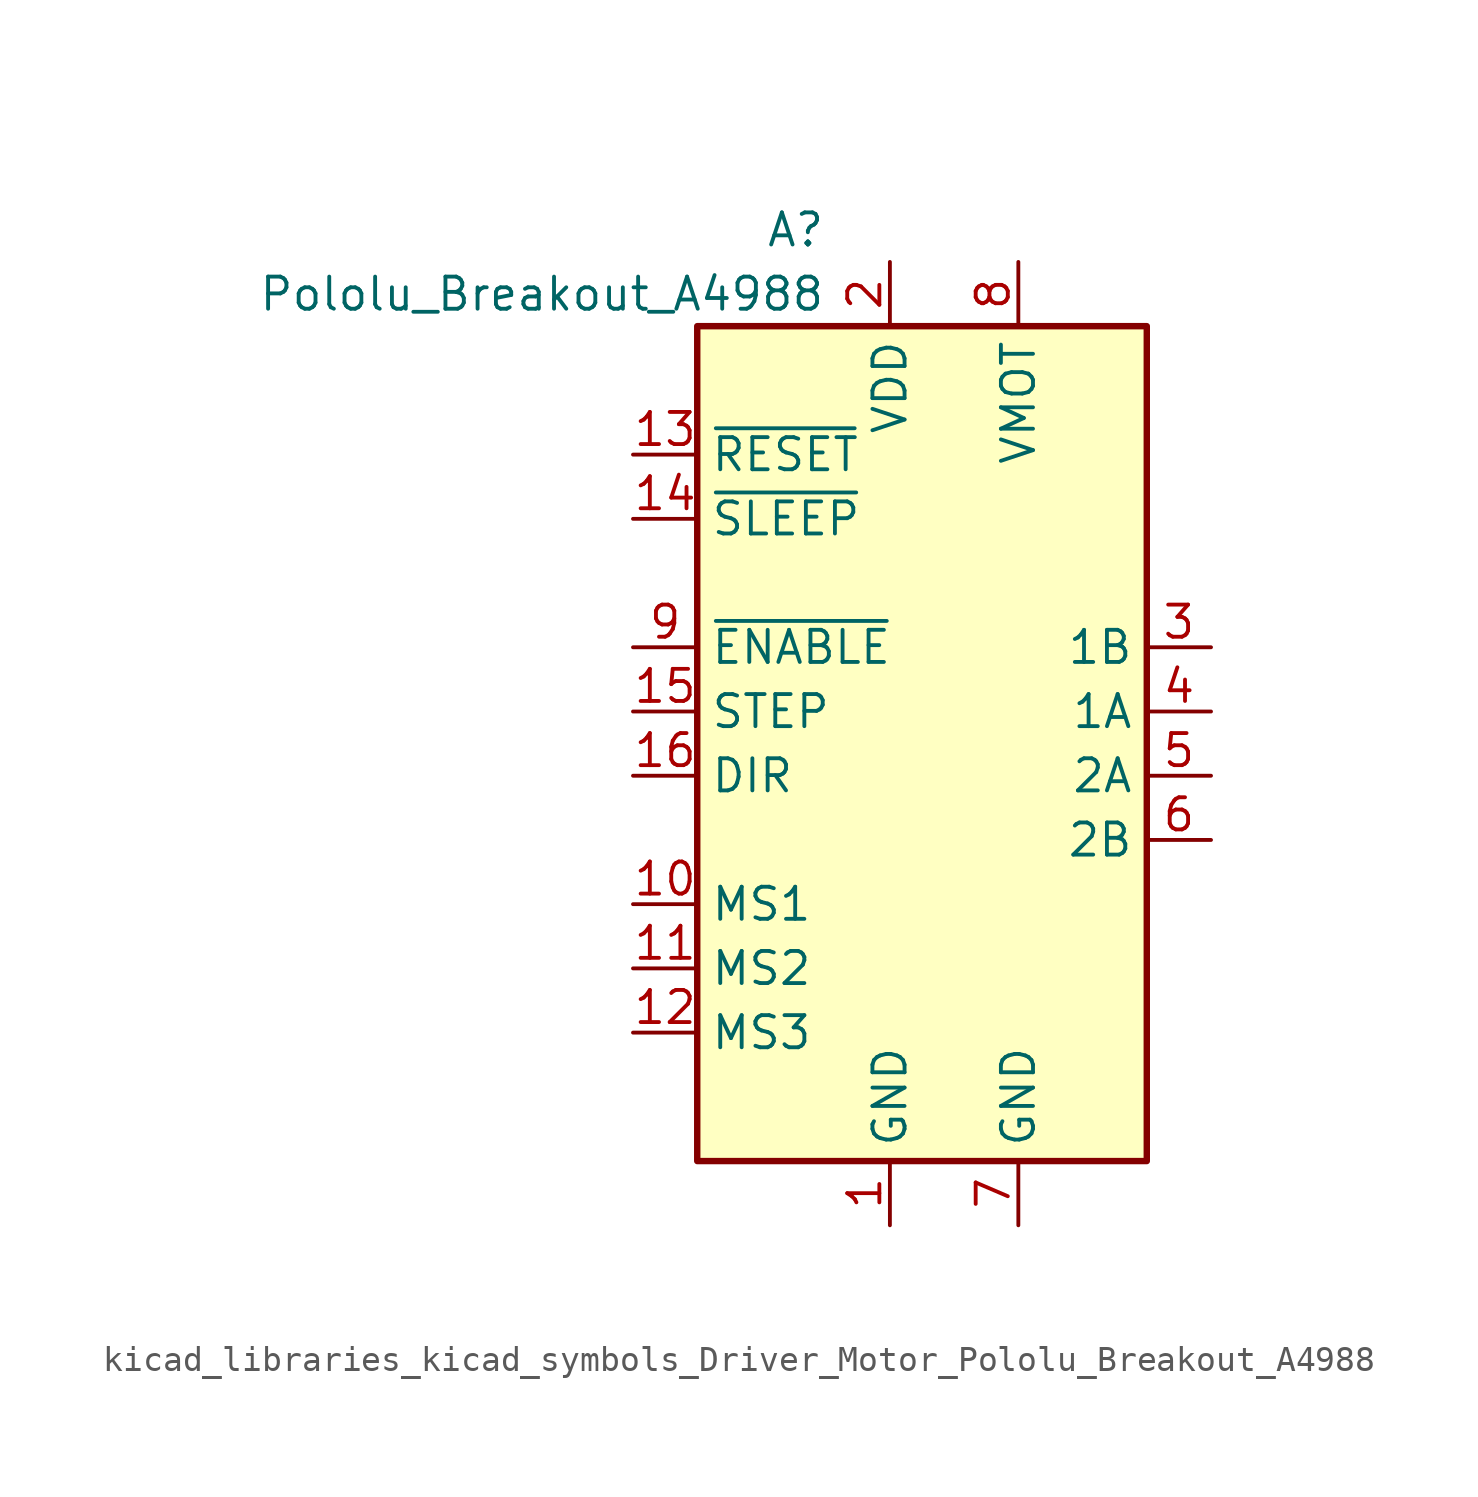
<source format=kicad_sym>
(kicad_symbol_lib
  (version 20220914)
  (generator kicad_symbol_editor)
  (symbol "kicad_libraries_kicad_symbols_Driver_Motor_Pololu_Breakout_A4988"
    (property "Reference" "A"
      (at -2.54 19.05 0)
      (effects (font (size 1.27 1.27)) (justify right)))
    (property "Value" "Pololu_Breakout_A4988"
      (at -2.54 16.51 0)
      (effects (font (size 1.27 1.27)) (justify right)))
    (symbol "kicad_libraries_kicad_symbols_Driver_Motor_Pololu_Breakout_A4988_0_1"
      (rectangle (start 10.16 -17.78) (end -7.62 15.24) (stroke (width 0.254) (type default)) (fill (type background))))
    (symbol "kicad_libraries_kicad_symbols_Driver_Motor_Pololu_Breakout_A4988_1_1"
      (pin power_in line (at 0 -20.32 90) (length 2.54) (name "GND" (effects (font (size 1.27 1.27)))) (number "1" (effects (font (size 1.27 1.27)))))
      (pin input line (at -10.16 -7.62 0) (length 2.54) (name "MS1" (effects (font (size 1.27 1.27)))) (number "10" (effects (font (size 1.27 1.27)))))
      (pin input line (at -10.16 -10.16 0) (length 2.54) (name "MS2" (effects (font (size 1.27 1.27)))) (number "11" (effects (font (size 1.27 1.27)))))
      (pin input line (at -10.16 -12.7 0) (length 2.54) (name "MS3" (effects (font (size 1.27 1.27)))) (number "12" (effects (font (size 1.27 1.27)))))
      (pin input line (at -10.16 10.16 0) (length 2.54) (name "~{RESET}" (effects (font (size 1.27 1.27)))) (number "13" (effects (font (size 1.27 1.27)))))
      (pin input line (at -10.16 7.62 0) (length 2.54) (name "~{SLEEP}" (effects (font (size 1.27 1.27)))) (number "14" (effects (font (size 1.27 1.27)))))
      (pin input line (at -10.16 0 0) (length 2.54) (name "STEP" (effects (font (size 1.27 1.27)))) (number "15" (effects (font (size 1.27 1.27)))))
      (pin input line (at -10.16 -2.54 0) (length 2.54) (name "DIR" (effects (font (size 1.27 1.27)))) (number "16" (effects (font (size 1.27 1.27)))))
      (pin power_in line (at 0 17.78 270) (length 2.54) (name "VDD" (effects (font (size 1.27 1.27)))) (number "2" (effects (font (size 1.27 1.27)))))
      (pin output line (at 12.7 2.54 180) (length 2.54) (name "1B" (effects (font (size 1.27 1.27)))) (number "3" (effects (font (size 1.27 1.27)))))
      (pin output line (at 12.7 0 180) (length 2.54) (name "1A" (effects (font (size 1.27 1.27)))) (number "4" (effects (font (size 1.27 1.27)))))
      (pin output line (at 12.7 -2.54 180) (length 2.54) (name "2A" (effects (font (size 1.27 1.27)))) (number "5" (effects (font (size 1.27 1.27)))))
      (pin output line (at 12.7 -5.08 180) (length 2.54) (name "2B" (effects (font (size 1.27 1.27)))) (number "6" (effects (font (size 1.27 1.27)))))
      (pin power_in line (at 5.08 -20.32 90) (length 2.54) (name "GND" (effects (font (size 1.27 1.27)))) (number "7" (effects (font (size 1.27 1.27)))))
      (pin power_in line (at 5.08 17.78 270) (length 2.54) (name "VMOT" (effects (font (size 1.27 1.27)))) (number "8" (effects (font (size 1.27 1.27)))))
      (pin input line (at -10.16 2.54 0) (length 2.54) (name "~{ENABLE}" (effects (font (size 1.27 1.27)))) (number "9" (effects (font (size 1.27 1.27))))))))
</source>
